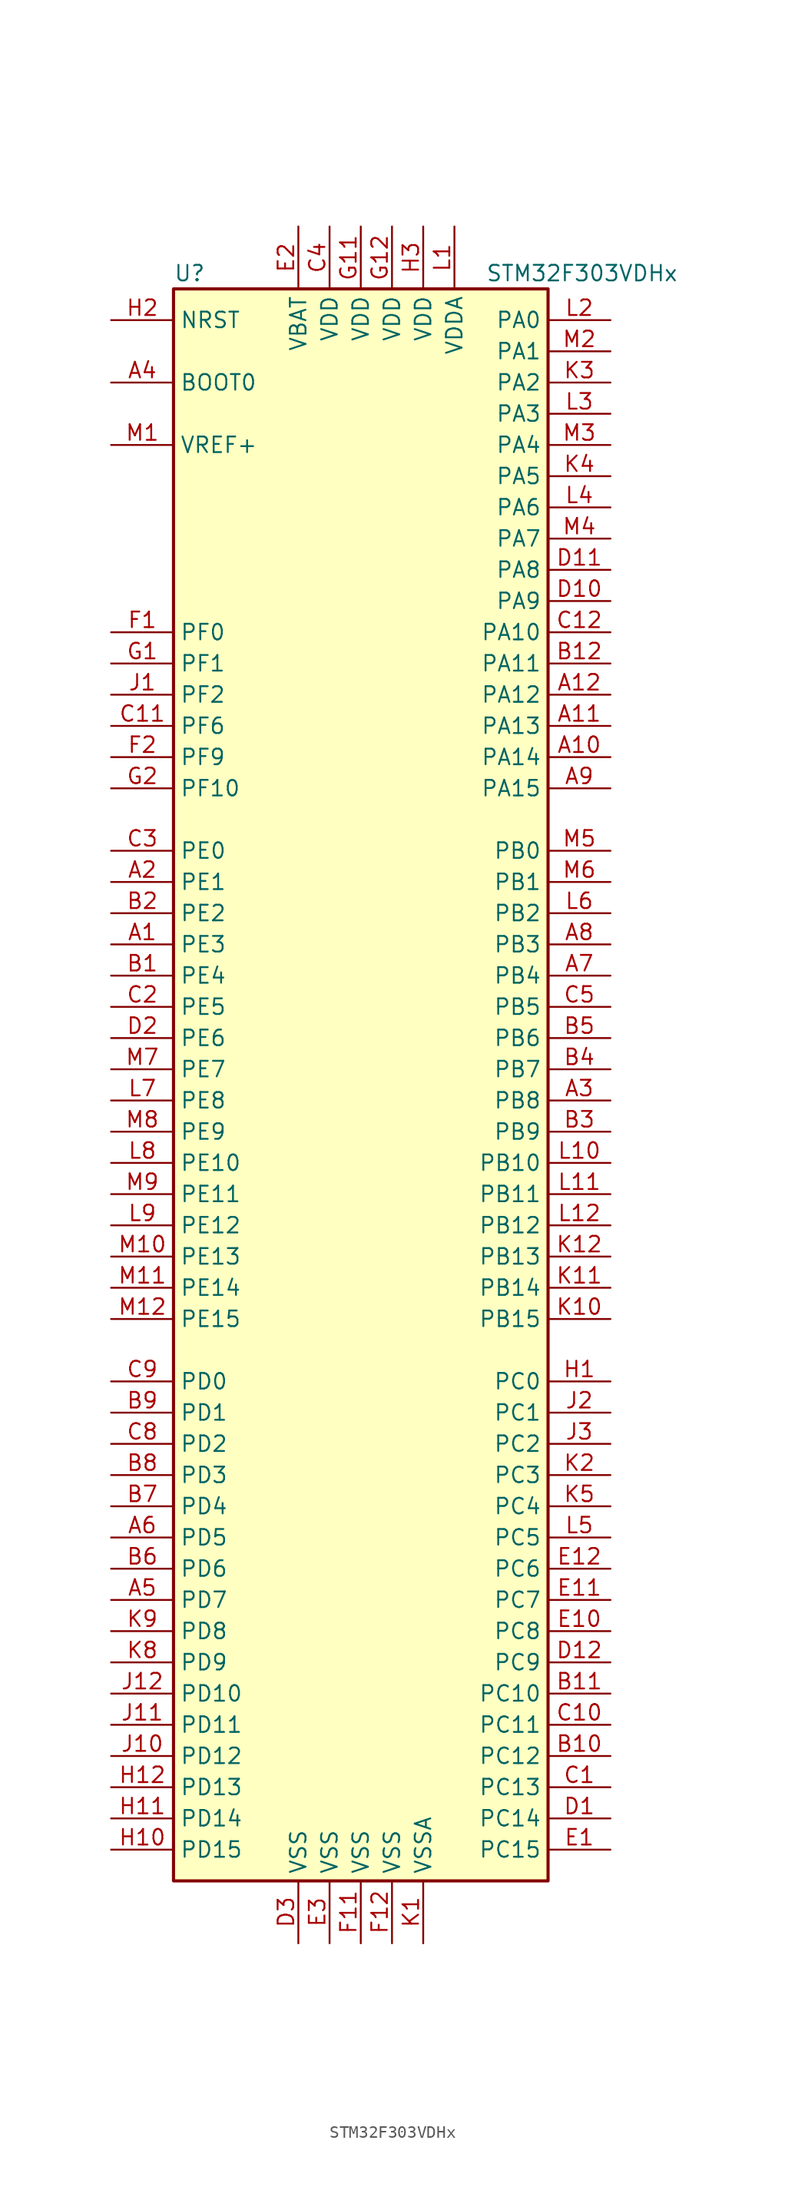
<source format=kicad_sym>
(kicad_symbol_lib
  (version 20201005)
  (generator kicad_symbol_editor)
  (symbol "STM32F303VDHx"
    (property "Reference" "U"
      (at -15.24 64.77 0)
      (effects (font (size 1.27 1.27)) (justify left)))
    (property "Value" "STM32F303VDHx"
      (at 10.16 64.77 0)
      (effects (font (size 1.27 1.27)) (justify left)))
    (symbol "STM32F303VDHx_0_1"
      (rectangle (start -15.24 -66.04) (end 15.24 63.5) (stroke (width 0.254)) (fill (type background))))
    (symbol "STM32F303VDHx_1_1"
      (pin input line (at -20.32 55.88 0) (length 5.08) (name "BOOT0" (effects (font (size 1.27 1.27)))) (number "A4" (effects (font (size 1.27 1.27)))))
      (pin input line (at -20.32 60.96 0) (length 5.08) (name "NRST" (effects (font (size 1.27 1.27)))) (number "H2" (effects (font (size 1.27 1.27)))))
      (pin bidirectional line (at 20.32 60.96 180) (length 5.08) (name "PA0" (effects (font (size 1.27 1.27)))) (number "L2" (effects (font (size 1.27 1.27)))))
      (pin bidirectional line (at 20.32 58.42 180) (length 5.08) (name "PA1" (effects (font (size 1.27 1.27)))) (number "M2" (effects (font (size 1.27 1.27)))))
      (pin bidirectional line (at 20.32 35.56 180) (length 5.08) (name "PA10" (effects (font (size 1.27 1.27)))) (number "C12" (effects (font (size 1.27 1.27)))))
      (pin bidirectional line (at 20.32 33.02 180) (length 5.08) (name "PA11" (effects (font (size 1.27 1.27)))) (number "B12" (effects (font (size 1.27 1.27)))))
      (pin bidirectional line (at 20.32 30.48 180) (length 5.08) (name "PA12" (effects (font (size 1.27 1.27)))) (number "A12" (effects (font (size 1.27 1.27)))))
      (pin bidirectional line (at 20.32 27.94 180) (length 5.08) (name "PA13" (effects (font (size 1.27 1.27)))) (number "A11" (effects (font (size 1.27 1.27)))))
      (pin bidirectional line (at 20.32 25.4 180) (length 5.08) (name "PA14" (effects (font (size 1.27 1.27)))) (number "A10" (effects (font (size 1.27 1.27)))))
      (pin bidirectional line (at 20.32 22.86 180) (length 5.08) (name "PA15" (effects (font (size 1.27 1.27)))) (number "A9" (effects (font (size 1.27 1.27)))))
      (pin bidirectional line (at 20.32 55.88 180) (length 5.08) (name "PA2" (effects (font (size 1.27 1.27)))) (number "K3" (effects (font (size 1.27 1.27)))))
      (pin bidirectional line (at 20.32 53.34 180) (length 5.08) (name "PA3" (effects (font (size 1.27 1.27)))) (number "L3" (effects (font (size 1.27 1.27)))))
      (pin bidirectional line (at 20.32 50.8 180) (length 5.08) (name "PA4" (effects (font (size 1.27 1.27)))) (number "M3" (effects (font (size 1.27 1.27)))))
      (pin bidirectional line (at 20.32 48.26 180) (length 5.08) (name "PA5" (effects (font (size 1.27 1.27)))) (number "K4" (effects (font (size 1.27 1.27)))))
      (pin bidirectional line (at 20.32 45.72 180) (length 5.08) (name "PA6" (effects (font (size 1.27 1.27)))) (number "L4" (effects (font (size 1.27 1.27)))))
      (pin bidirectional line (at 20.32 43.18 180) (length 5.08) (name "PA7" (effects (font (size 1.27 1.27)))) (number "M4" (effects (font (size 1.27 1.27)))))
      (pin bidirectional line (at 20.32 40.64 180) (length 5.08) (name "PA8" (effects (font (size 1.27 1.27)))) (number "D11" (effects (font (size 1.27 1.27)))))
      (pin bidirectional line (at 20.32 38.1 180) (length 5.08) (name "PA9" (effects (font (size 1.27 1.27)))) (number "D10" (effects (font (size 1.27 1.27)))))
      (pin bidirectional line (at 20.32 17.78 180) (length 5.08) (name "PB0" (effects (font (size 1.27 1.27)))) (number "M5" (effects (font (size 1.27 1.27)))))
      (pin bidirectional line (at 20.32 15.24 180) (length 5.08) (name "PB1" (effects (font (size 1.27 1.27)))) (number "M6" (effects (font (size 1.27 1.27)))))
      (pin bidirectional line (at 20.32 -7.62 180) (length 5.08) (name "PB10" (effects (font (size 1.27 1.27)))) (number "L10" (effects (font (size 1.27 1.27)))))
      (pin bidirectional line (at 20.32 -10.16 180) (length 5.08) (name "PB11" (effects (font (size 1.27 1.27)))) (number "L11" (effects (font (size 1.27 1.27)))))
      (pin bidirectional line (at 20.32 -12.7 180) (length 5.08) (name "PB12" (effects (font (size 1.27 1.27)))) (number "L12" (effects (font (size 1.27 1.27)))))
      (pin bidirectional line (at 20.32 -15.24 180) (length 5.08) (name "PB13" (effects (font (size 1.27 1.27)))) (number "K12" (effects (font (size 1.27 1.27)))))
      (pin bidirectional line (at 20.32 -17.78 180) (length 5.08) (name "PB14" (effects (font (size 1.27 1.27)))) (number "K11" (effects (font (size 1.27 1.27)))))
      (pin bidirectional line (at 20.32 -20.32 180) (length 5.08) (name "PB15" (effects (font (size 1.27 1.27)))) (number "K10" (effects (font (size 1.27 1.27)))))
      (pin bidirectional line (at 20.32 12.7 180) (length 5.08) (name "PB2" (effects (font (size 1.27 1.27)))) (number "L6" (effects (font (size 1.27 1.27)))))
      (pin bidirectional line (at 20.32 10.16 180) (length 5.08) (name "PB3" (effects (font (size 1.27 1.27)))) (number "A8" (effects (font (size 1.27 1.27)))))
      (pin bidirectional line (at 20.32 7.62 180) (length 5.08) (name "PB4" (effects (font (size 1.27 1.27)))) (number "A7" (effects (font (size 1.27 1.27)))))
      (pin bidirectional line (at 20.32 5.08 180) (length 5.08) (name "PB5" (effects (font (size 1.27 1.27)))) (number "C5" (effects (font (size 1.27 1.27)))))
      (pin bidirectional line (at 20.32 2.54 180) (length 5.08) (name "PB6" (effects (font (size 1.27 1.27)))) (number "B5" (effects (font (size 1.27 1.27)))))
      (pin bidirectional line (at 20.32 0 180) (length 5.08) (name "PB7" (effects (font (size 1.27 1.27)))) (number "B4" (effects (font (size 1.27 1.27)))))
      (pin bidirectional line (at 20.32 -2.54 180) (length 5.08) (name "PB8" (effects (font (size 1.27 1.27)))) (number "A3" (effects (font (size 1.27 1.27)))))
      (pin bidirectional line (at 20.32 -5.08 180) (length 5.08) (name "PB9" (effects (font (size 1.27 1.27)))) (number "B3" (effects (font (size 1.27 1.27)))))
      (pin bidirectional line (at 20.32 -25.4 180) (length 5.08) (name "PC0" (effects (font (size 1.27 1.27)))) (number "H1" (effects (font (size 1.27 1.27)))))
      (pin bidirectional line (at 20.32 -27.94 180) (length 5.08) (name "PC1" (effects (font (size 1.27 1.27)))) (number "J2" (effects (font (size 1.27 1.27)))))
      (pin bidirectional line (at 20.32 -50.8 180) (length 5.08) (name "PC10" (effects (font (size 1.27 1.27)))) (number "B11" (effects (font (size 1.27 1.27)))))
      (pin bidirectional line (at 20.32 -53.34 180) (length 5.08) (name "PC11" (effects (font (size 1.27 1.27)))) (number "C10" (effects (font (size 1.27 1.27)))))
      (pin bidirectional line (at 20.32 -55.88 180) (length 5.08) (name "PC12" (effects (font (size 1.27 1.27)))) (number "B10" (effects (font (size 1.27 1.27)))))
      (pin bidirectional line (at 20.32 -58.42 180) (length 5.08) (name "PC13" (effects (font (size 1.27 1.27)))) (number "C1" (effects (font (size 1.27 1.27)))))
      (pin bidirectional line (at 20.32 -60.96 180) (length 5.08) (name "PC14" (effects (font (size 1.27 1.27)))) (number "D1" (effects (font (size 1.27 1.27)))))
      (pin bidirectional line (at 20.32 -63.5 180) (length 5.08) (name "PC15" (effects (font (size 1.27 1.27)))) (number "E1" (effects (font (size 1.27 1.27)))))
      (pin bidirectional line (at 20.32 -30.48 180) (length 5.08) (name "PC2" (effects (font (size 1.27 1.27)))) (number "J3" (effects (font (size 1.27 1.27)))))
      (pin bidirectional line (at 20.32 -33.02 180) (length 5.08) (name "PC3" (effects (font (size 1.27 1.27)))) (number "K2" (effects (font (size 1.27 1.27)))))
      (pin bidirectional line (at 20.32 -35.56 180) (length 5.08) (name "PC4" (effects (font (size 1.27 1.27)))) (number "K5" (effects (font (size 1.27 1.27)))))
      (pin bidirectional line (at 20.32 -38.1 180) (length 5.08) (name "PC5" (effects (font (size 1.27 1.27)))) (number "L5" (effects (font (size 1.27 1.27)))))
      (pin bidirectional line (at 20.32 -40.64 180) (length 5.08) (name "PC6" (effects (font (size 1.27 1.27)))) (number "E12" (effects (font (size 1.27 1.27)))))
      (pin bidirectional line (at 20.32 -43.18 180) (length 5.08) (name "PC7" (effects (font (size 1.27 1.27)))) (number "E11" (effects (font (size 1.27 1.27)))))
      (pin bidirectional line (at 20.32 -45.72 180) (length 5.08) (name "PC8" (effects (font (size 1.27 1.27)))) (number "E10" (effects (font (size 1.27 1.27)))))
      (pin bidirectional line (at 20.32 -48.26 180) (length 5.08) (name "PC9" (effects (font (size 1.27 1.27)))) (number "D12" (effects (font (size 1.27 1.27)))))
      (pin bidirectional line (at -20.32 -25.4 0) (length 5.08) (name "PD0" (effects (font (size 1.27 1.27)))) (number "C9" (effects (font (size 1.27 1.27)))))
      (pin bidirectional line (at -20.32 -27.94 0) (length 5.08) (name "PD1" (effects (font (size 1.27 1.27)))) (number "B9" (effects (font (size 1.27 1.27)))))
      (pin bidirectional line (at -20.32 -50.8 0) (length 5.08) (name "PD10" (effects (font (size 1.27 1.27)))) (number "J12" (effects (font (size 1.27 1.27)))))
      (pin bidirectional line (at -20.32 -53.34 0) (length 5.08) (name "PD11" (effects (font (size 1.27 1.27)))) (number "J11" (effects (font (size 1.27 1.27)))))
      (pin bidirectional line (at -20.32 -55.88 0) (length 5.08) (name "PD12" (effects (font (size 1.27 1.27)))) (number "J10" (effects (font (size 1.27 1.27)))))
      (pin bidirectional line (at -20.32 -58.42 0) (length 5.08) (name "PD13" (effects (font (size 1.27 1.27)))) (number "H12" (effects (font (size 1.27 1.27)))))
      (pin bidirectional line (at -20.32 -60.96 0) (length 5.08) (name "PD14" (effects (font (size 1.27 1.27)))) (number "H11" (effects (font (size 1.27 1.27)))))
      (pin bidirectional line (at -20.32 -63.5 0) (length 5.08) (name "PD15" (effects (font (size 1.27 1.27)))) (number "H10" (effects (font (size 1.27 1.27)))))
      (pin bidirectional line (at -20.32 -30.48 0) (length 5.08) (name "PD2" (effects (font (size 1.27 1.27)))) (number "C8" (effects (font (size 1.27 1.27)))))
      (pin bidirectional line (at -20.32 -33.02 0) (length 5.08) (name "PD3" (effects (font (size 1.27 1.27)))) (number "B8" (effects (font (size 1.27 1.27)))))
      (pin bidirectional line (at -20.32 -35.56 0) (length 5.08) (name "PD4" (effects (font (size 1.27 1.27)))) (number "B7" (effects (font (size 1.27 1.27)))))
      (pin bidirectional line (at -20.32 -38.1 0) (length 5.08) (name "PD5" (effects (font (size 1.27 1.27)))) (number "A6" (effects (font (size 1.27 1.27)))))
      (pin bidirectional line (at -20.32 -40.64 0) (length 5.08) (name "PD6" (effects (font (size 1.27 1.27)))) (number "B6" (effects (font (size 1.27 1.27)))))
      (pin bidirectional line (at -20.32 -43.18 0) (length 5.08) (name "PD7" (effects (font (size 1.27 1.27)))) (number "A5" (effects (font (size 1.27 1.27)))))
      (pin bidirectional line (at -20.32 -45.72 0) (length 5.08) (name "PD8" (effects (font (size 1.27 1.27)))) (number "K9" (effects (font (size 1.27 1.27)))))
      (pin bidirectional line (at -20.32 -48.26 0) (length 5.08) (name "PD9" (effects (font (size 1.27 1.27)))) (number "K8" (effects (font (size 1.27 1.27)))))
      (pin bidirectional line (at -20.32 17.78 0) (length 5.08) (name "PE0" (effects (font (size 1.27 1.27)))) (number "C3" (effects (font (size 1.27 1.27)))))
      (pin bidirectional line (at -20.32 15.24 0) (length 5.08) (name "PE1" (effects (font (size 1.27 1.27)))) (number "A2" (effects (font (size 1.27 1.27)))))
      (pin bidirectional line (at -20.32 -7.62 0) (length 5.08) (name "PE10" (effects (font (size 1.27 1.27)))) (number "L8" (effects (font (size 1.27 1.27)))))
      (pin bidirectional line (at -20.32 -10.16 0) (length 5.08) (name "PE11" (effects (font (size 1.27 1.27)))) (number "M9" (effects (font (size 1.27 1.27)))))
      (pin bidirectional line (at -20.32 -12.7 0) (length 5.08) (name "PE12" (effects (font (size 1.27 1.27)))) (number "L9" (effects (font (size 1.27 1.27)))))
      (pin bidirectional line (at -20.32 -15.24 0) (length 5.08) (name "PE13" (effects (font (size 1.27 1.27)))) (number "M10" (effects (font (size 1.27 1.27)))))
      (pin bidirectional line (at -20.32 -17.78 0) (length 5.08) (name "PE14" (effects (font (size 1.27 1.27)))) (number "M11" (effects (font (size 1.27 1.27)))))
      (pin bidirectional line (at -20.32 -20.32 0) (length 5.08) (name "PE15" (effects (font (size 1.27 1.27)))) (number "M12" (effects (font (size 1.27 1.27)))))
      (pin bidirectional line (at -20.32 12.7 0) (length 5.08) (name "PE2" (effects (font (size 1.27 1.27)))) (number "B2" (effects (font (size 1.27 1.27)))))
      (pin bidirectional line (at -20.32 10.16 0) (length 5.08) (name "PE3" (effects (font (size 1.27 1.27)))) (number "A1" (effects (font (size 1.27 1.27)))))
      (pin bidirectional line (at -20.32 7.62 0) (length 5.08) (name "PE4" (effects (font (size 1.27 1.27)))) (number "B1" (effects (font (size 1.27 1.27)))))
      (pin bidirectional line (at -20.32 5.08 0) (length 5.08) (name "PE5" (effects (font (size 1.27 1.27)))) (number "C2" (effects (font (size 1.27 1.27)))))
      (pin bidirectional line (at -20.32 2.54 0) (length 5.08) (name "PE6" (effects (font (size 1.27 1.27)))) (number "D2" (effects (font (size 1.27 1.27)))))
      (pin bidirectional line (at -20.32 0 0) (length 5.08) (name "PE7" (effects (font (size 1.27 1.27)))) (number "M7" (effects (font (size 1.27 1.27)))))
      (pin bidirectional line (at -20.32 -2.54 0) (length 5.08) (name "PE8" (effects (font (size 1.27 1.27)))) (number "L7" (effects (font (size 1.27 1.27)))))
      (pin bidirectional line (at -20.32 -5.08 0) (length 5.08) (name "PE9" (effects (font (size 1.27 1.27)))) (number "M8" (effects (font (size 1.27 1.27)))))
      (pin input line (at -20.32 35.56 0) (length 5.08) (name "PF0" (effects (font (size 1.27 1.27)))) (number "F1" (effects (font (size 1.27 1.27)))))
      (pin input line (at -20.32 33.02 0) (length 5.08) (name "PF1" (effects (font (size 1.27 1.27)))) (number "G1" (effects (font (size 1.27 1.27)))))
      (pin bidirectional line (at -20.32 22.86 0) (length 5.08) (name "PF10" (effects (font (size 1.27 1.27)))) (number "G2" (effects (font (size 1.27 1.27)))))
      (pin bidirectional line (at -20.32 30.48 0) (length 5.08) (name "PF2" (effects (font (size 1.27 1.27)))) (number "J1" (effects (font (size 1.27 1.27)))))
      (pin bidirectional line (at -20.32 27.94 0) (length 5.08) (name "PF6" (effects (font (size 1.27 1.27)))) (number "C11" (effects (font (size 1.27 1.27)))))
      (pin bidirectional line (at -20.32 25.4 0) (length 5.08) (name "PF9" (effects (font (size 1.27 1.27)))) (number "F2" (effects (font (size 1.27 1.27)))))
      (pin power_in line (at -5.08 68.58 270) (length 5.08) (name "VBAT" (effects (font (size 1.27 1.27)))) (number "E2" (effects (font (size 1.27 1.27)))))
      (pin power_in line (at -2.54 68.58 270) (length 5.08) (name "VDD" (effects (font (size 1.27 1.27)))) (number "C4" (effects (font (size 1.27 1.27)))))
      (pin power_in line (at 0 68.58 270) (length 5.08) (name "VDD" (effects (font (size 1.27 1.27)))) (number "G11" (effects (font (size 1.27 1.27)))))
      (pin power_in line (at 2.54 68.58 270) (length 5.08) (name "VDD" (effects (font (size 1.27 1.27)))) (number "G12" (effects (font (size 1.27 1.27)))))
      (pin power_in line (at 5.08 68.58 270) (length 5.08) (name "VDD" (effects (font (size 1.27 1.27)))) (number "H3" (effects (font (size 1.27 1.27)))))
      (pin power_in line (at 7.62 68.58 270) (length 5.08) (name "VDDA" (effects (font (size 1.27 1.27)))) (number "L1" (effects (font (size 1.27 1.27)))))
      (pin power_in line (at -20.32 50.8 0) (length 5.08) (name "VREF+" (effects (font (size 1.27 1.27)))) (number "M1" (effects (font (size 1.27 1.27)))))
      (pin power_in line (at -5.08 -71.12 90) (length 5.08) (name "VSS" (effects (font (size 1.27 1.27)))) (number "D3" (effects (font (size 1.27 1.27)))))
      (pin power_in line (at -2.54 -71.12 90) (length 5.08) (name "VSS" (effects (font (size 1.27 1.27)))) (number "E3" (effects (font (size 1.27 1.27)))))
      (pin power_in line (at 0 -71.12 90) (length 5.08) (name "VSS" (effects (font (size 1.27 1.27)))) (number "F11" (effects (font (size 1.27 1.27)))))
      (pin power_in line (at 2.54 -71.12 90) (length 5.08) (name "VSS" (effects (font (size 1.27 1.27)))) (number "F12" (effects (font (size 1.27 1.27)))))
      (pin power_in line (at 5.08 -71.12 90) (length 5.08) (name "VSSA" (effects (font (size 1.27 1.27)))) (number "K1" (effects (font (size 1.27 1.27))))))))
</source>
